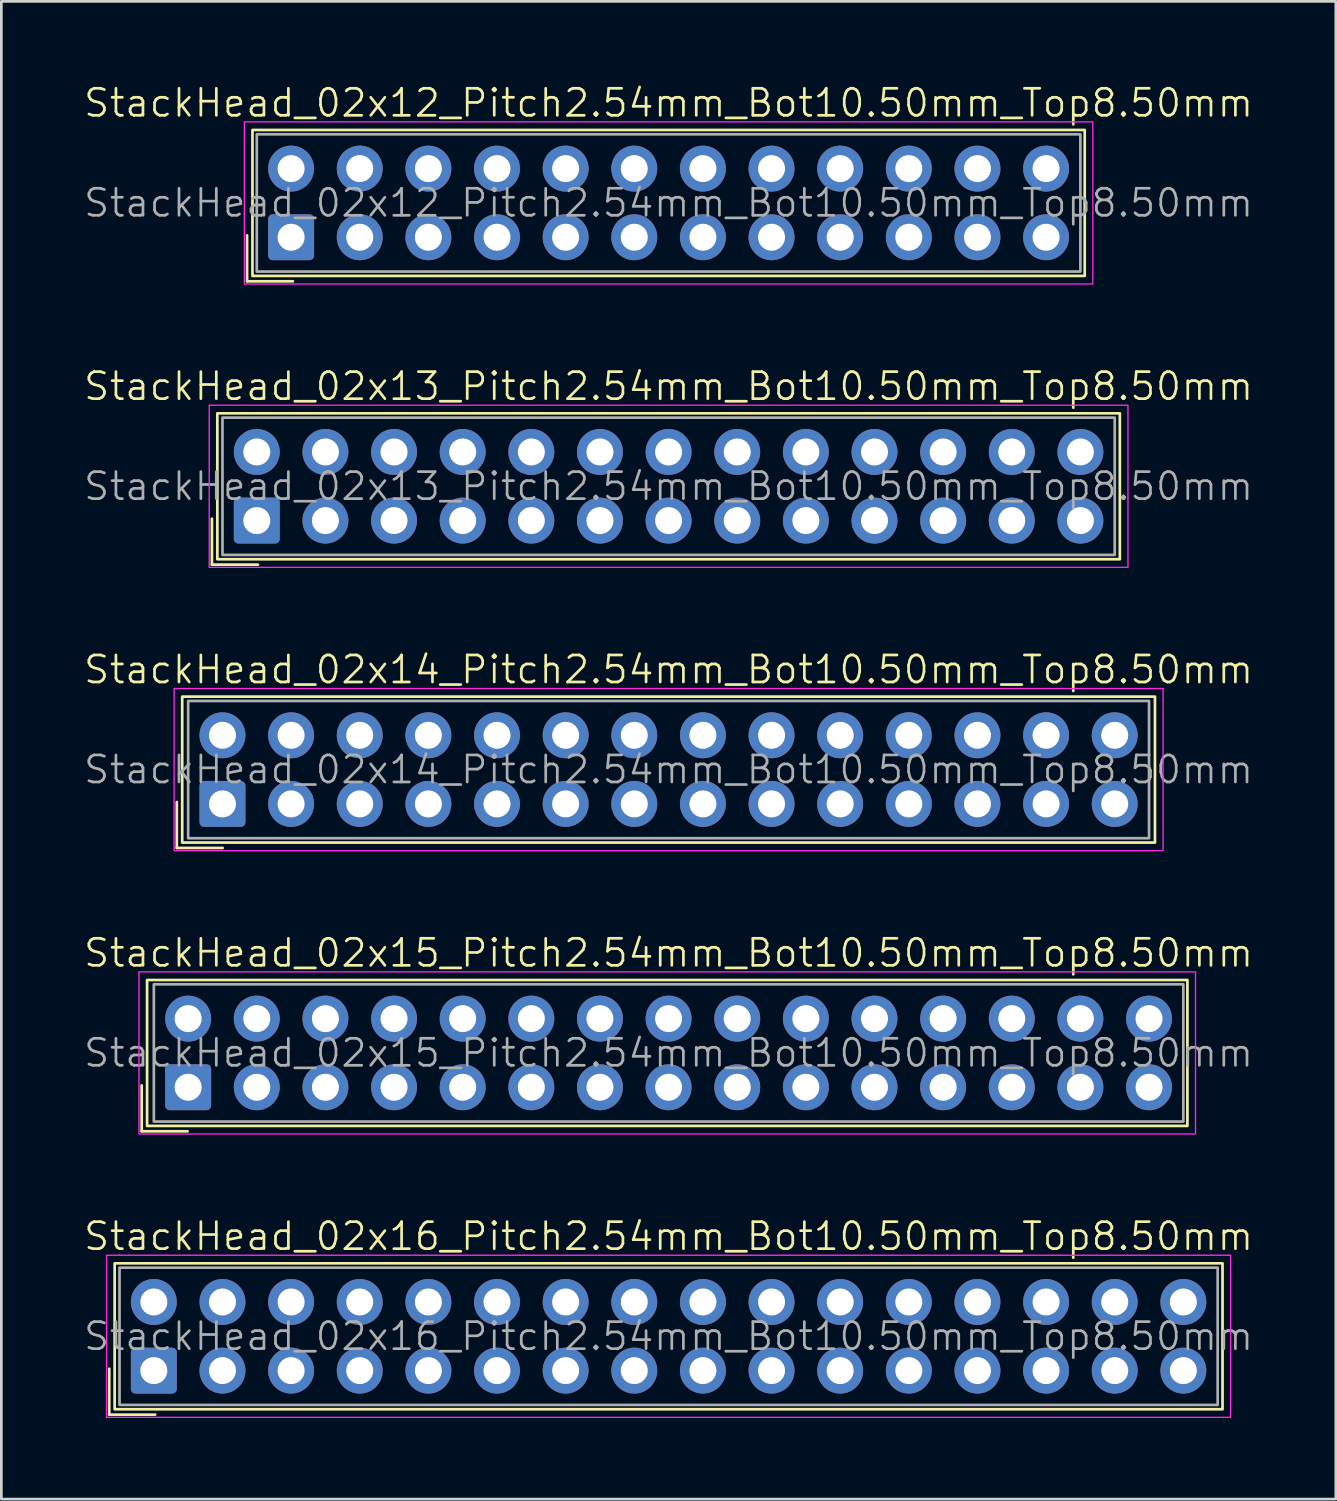
<source format=kicad_pcb>
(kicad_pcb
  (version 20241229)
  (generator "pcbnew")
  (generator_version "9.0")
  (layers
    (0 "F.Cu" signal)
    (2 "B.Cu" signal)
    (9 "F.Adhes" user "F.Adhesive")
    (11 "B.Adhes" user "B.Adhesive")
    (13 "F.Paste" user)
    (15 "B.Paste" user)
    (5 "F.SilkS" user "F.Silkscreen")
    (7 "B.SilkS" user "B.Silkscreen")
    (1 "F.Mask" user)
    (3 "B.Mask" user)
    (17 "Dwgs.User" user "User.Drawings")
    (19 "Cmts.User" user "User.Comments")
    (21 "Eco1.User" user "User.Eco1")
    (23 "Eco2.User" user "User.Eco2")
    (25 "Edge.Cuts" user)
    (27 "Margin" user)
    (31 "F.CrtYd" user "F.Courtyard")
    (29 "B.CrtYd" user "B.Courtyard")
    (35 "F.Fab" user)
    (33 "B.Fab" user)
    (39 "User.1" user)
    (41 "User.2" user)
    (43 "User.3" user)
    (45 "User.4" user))
  (footprint "StackHead_02x13_Pitch2.54mm_Bot10.50mm_Top8.50mm"
    (layer "F.Cu")
    (at 21.693 14.946)
    (property "Reference" "StackHead_02x13_Pitch2.54mm_Bot10.50mm_Top8.50mm" (at 0 -3.7 0) (unlocked yes) (layer "F.SilkS") (effects (font (size 1 1) (thickness 0.1))))
    (attr through_hole)
    (fp_line (start -16.9 1.2) (end -16.9 2.9) (stroke (width 0.1) (type default)) (layer "F.SilkS"))
    (fp_line (start -16.9 2.9) (end -15.2 2.9) (stroke (width 0.1) (type default)) (layer "F.SilkS"))
    (fp_rect (start -16.7 -2.7) (end 16.7 2.7) (stroke (width 0.1) (type default)) (fill no) (layer "F.SilkS"))
    (fp_rect (start -17 -3) (end 17 3) (stroke (width 0.05) (type default)) (fill no) (layer "F.CrtYd"))
    (fp_rect (start -16.51 -2.54) (end 16.51 2.54) (stroke (width 0.1) (type default)) (fill no) (layer "F.Fab"))
    (fp_text user "${REFERENCE}" (at 0 0 0) (unlocked yes) (layer "F.Fab") (effects (font (size 1 1) (thickness 0.1))))
    (pad "1" thru_hole roundrect (at -15.24 1.27) (size 1.7 1.7) (drill 1) (layers "*.Cu" "*.Mask") (roundrect_rratio 0.1))
    (pad "2" thru_hole circle (at -15.24 -1.27) (size 1.7 1.7) (drill 1) (layers "*.Cu" "*.Mask"))
    (pad "3" thru_hole circle (at -12.7 1.27) (size 1.7 1.7) (drill 1) (layers "*.Cu" "*.Mask"))
    (pad "4" thru_hole circle (at -12.7 -1.27) (size 1.7 1.7) (drill 1) (layers "*.Cu" "*.Mask"))
    (pad "5" thru_hole circle (at -10.16 1.27) (size 1.7 1.7) (drill 1) (layers "*.Cu" "*.Mask"))
    (pad "6" thru_hole circle (at -10.16 -1.27) (size 1.7 1.7) (drill 1) (layers "*.Cu" "*.Mask"))
    (pad "7" thru_hole circle (at -7.62 1.27) (size 1.7 1.7) (drill 1) (layers "*.Cu" "*.Mask"))
    (pad "8" thru_hole circle (at -7.62 -1.27) (size 1.7 1.7) (drill 1) (layers "*.Cu" "*.Mask"))
    (pad "9" thru_hole circle (at -5.08 1.27) (size 1.7 1.7) (drill 1) (layers "*.Cu" "*.Mask"))
    (pad "10" thru_hole circle (at -5.08 -1.27) (size 1.7 1.7) (drill 1) (layers "*.Cu" "*.Mask"))
    (pad "11" thru_hole circle (at -2.54 1.27) (size 1.7 1.7) (drill 1) (layers "*.Cu" "*.Mask"))
    (pad "12" thru_hole circle (at -2.54 -1.27) (size 1.7 1.7) (drill 1) (layers "*.Cu" "*.Mask"))
    (pad "13" thru_hole circle (at 0 1.27) (size 1.7 1.7) (drill 1) (layers "*.Cu" "*.Mask"))
    (pad "14" thru_hole circle (at 0 -1.27) (size 1.7 1.7) (drill 1) (layers "*.Cu" "*.Mask"))
    (pad "15" thru_hole circle (at 2.54 1.27) (size 1.7 1.7) (drill 1) (layers "*.Cu" "*.Mask"))
    (pad "16" thru_hole circle (at 2.54 -1.27) (size 1.7 1.7) (drill 1) (layers "*.Cu" "*.Mask"))
    (pad "17" thru_hole circle (at 5.08 1.27) (size 1.7 1.7) (drill 1) (layers "*.Cu" "*.Mask"))
    (pad "18" thru_hole circle (at 5.08 -1.27) (size 1.7 1.7) (drill 1) (layers "*.Cu" "*.Mask"))
    (pad "19" thru_hole circle (at 7.62 1.27) (size 1.7 1.7) (drill 1) (layers "*.Cu" "*.Mask"))
    (pad "20" thru_hole circle (at 7.62 -1.27) (size 1.7 1.7) (drill 1) (layers "*.Cu" "*.Mask"))
    (pad "21" thru_hole circle (at 10.16 1.27) (size 1.7 1.7) (drill 1) (layers "*.Cu" "*.Mask"))
    (pad "22" thru_hole circle (at 10.16 -1.27) (size 1.7 1.7) (drill 1) (layers "*.Cu" "*.Mask"))
    (pad "23" thru_hole circle (at 12.7 1.27) (size 1.7 1.7) (drill 1) (layers "*.Cu" "*.Mask"))
    (pad "24" thru_hole circle (at 12.7 -1.27) (size 1.7 1.7) (drill 1) (layers "*.Cu" "*.Mask"))
    (pad "25" thru_hole circle (at 15.24 1.27) (size 1.7 1.7) (drill 1) (layers "*.Cu" "*.Mask"))
    (pad "26" thru_hole circle (at 15.24 -1.27) (size 1.7 1.7) (drill 1) (layers "*.Cu" "*.Mask")))
  (footprint "StackHead_02x12_Pitch2.54mm_Bot10.50mm_Top8.50mm"
    (layer "F.Cu")
    (at 21.693 4.46)
    (property "Reference" "StackHead_02x12_Pitch2.54mm_Bot10.50mm_Top8.50mm" (at 0 -3.7 0) (unlocked yes) (layer "F.SilkS") (effects (font (size 1 1) (thickness 0.1))))
    (attr through_hole)
    (fp_line (start -15.6 1.2) (end -15.6 2.9) (stroke (width 0.1) (type default)) (layer "F.SilkS"))
    (fp_line (start -15.6 2.9) (end -13.9 2.9) (stroke (width 0.1) (type default)) (layer "F.SilkS"))
    (fp_rect (start -15.4 -2.7) (end 15.4 2.7) (stroke (width 0.1) (type default)) (fill no) (layer "F.SilkS"))
    (fp_rect (start -15.7 -3) (end 15.7 3) (stroke (width 0.05) (type default)) (fill no) (layer "F.CrtYd"))
    (fp_rect (start -15.24 -2.54) (end 15.24 2.54) (stroke (width 0.1) (type default)) (fill no) (layer "F.Fab"))
    (fp_text user "${REFERENCE}" (at 0 0 0) (unlocked yes) (layer "F.Fab") (effects (font (size 1 1) (thickness 0.1))))
    (pad "1" thru_hole roundrect (at -13.97 1.27) (size 1.7 1.7) (drill 1) (layers "*.Cu" "*.Mask") (roundrect_rratio 0.1))
    (pad "2" thru_hole circle (at -13.97 -1.27) (size 1.7 1.7) (drill 1) (layers "*.Cu" "*.Mask"))
    (pad "3" thru_hole circle (at -11.43 1.27) (size 1.7 1.7) (drill 1) (layers "*.Cu" "*.Mask"))
    (pad "4" thru_hole circle (at -11.43 -1.27) (size 1.7 1.7) (drill 1) (layers "*.Cu" "*.Mask"))
    (pad "5" thru_hole circle (at -8.89 1.27) (size 1.7 1.7) (drill 1) (layers "*.Cu" "*.Mask"))
    (pad "6" thru_hole circle (at -8.89 -1.27) (size 1.7 1.7) (drill 1) (layers "*.Cu" "*.Mask"))
    (pad "7" thru_hole circle (at -6.35 1.27) (size 1.7 1.7) (drill 1) (layers "*.Cu" "*.Mask"))
    (pad "8" thru_hole circle (at -6.35 -1.27) (size 1.7 1.7) (drill 1) (layers "*.Cu" "*.Mask"))
    (pad "9" thru_hole circle (at -3.81 1.27) (size 1.7 1.7) (drill 1) (layers "*.Cu" "*.Mask"))
    (pad "10" thru_hole circle (at -3.81 -1.27) (size 1.7 1.7) (drill 1) (layers "*.Cu" "*.Mask"))
    (pad "11" thru_hole circle (at -1.27 1.27) (size 1.7 1.7) (drill 1) (layers "*.Cu" "*.Mask"))
    (pad "12" thru_hole circle (at -1.27 -1.27) (size 1.7 1.7) (drill 1) (layers "*.Cu" "*.Mask"))
    (pad "13" thru_hole circle (at 1.27 1.27) (size 1.7 1.7) (drill 1) (layers "*.Cu" "*.Mask"))
    (pad "14" thru_hole circle (at 1.27 -1.27) (size 1.7 1.7) (drill 1) (layers "*.Cu" "*.Mask"))
    (pad "15" thru_hole circle (at 3.81 1.27) (size 1.7 1.7) (drill 1) (layers "*.Cu" "*.Mask"))
    (pad "16" thru_hole circle (at 3.81 -1.27) (size 1.7 1.7) (drill 1) (layers "*.Cu" "*.Mask"))
    (pad "17" thru_hole circle (at 6.35 1.27) (size 1.7 1.7) (drill 1) (layers "*.Cu" "*.Mask"))
    (pad "18" thru_hole circle (at 6.35 -1.27) (size 1.7 1.7) (drill 1) (layers "*.Cu" "*.Mask"))
    (pad "19" thru_hole circle (at 8.89 1.27) (size 1.7 1.7) (drill 1) (layers "*.Cu" "*.Mask"))
    (pad "20" thru_hole circle (at 8.89 -1.27) (size 1.7 1.7) (drill 1) (layers "*.Cu" "*.Mask"))
    (pad "21" thru_hole circle (at 11.43 1.27) (size 1.7 1.7) (drill 1) (layers "*.Cu" "*.Mask"))
    (pad "22" thru_hole circle (at 11.43 -1.27) (size 1.7 1.7) (drill 1) (layers "*.Cu" "*.Mask"))
    (pad "23" thru_hole circle (at 13.97 1.27) (size 1.7 1.7) (drill 1) (layers "*.Cu" "*.Mask"))
    (pad "24" thru_hole circle (at 13.97 -1.27) (size 1.7 1.7) (drill 1) (layers "*.Cu" "*.Mask")))
  (footprint "StackHead_02x15_Pitch2.54mm_Bot10.50mm_Top8.50mm"
    (layer "F.Cu")
    (at 21.693 35.917)
    (property "Reference" "StackHead_02x15_Pitch2.54mm_Bot10.50mm_Top8.50mm" (at 0 -3.7 0) (unlocked yes) (layer "F.SilkS") (effects (font (size 1 1) (thickness 0.1))))
    (attr through_hole)
    (fp_line (start -19.5 1.2) (end -19.5 2.9) (stroke (width 0.1) (type default)) (layer "F.SilkS"))
    (fp_line (start -19.5 2.9) (end -17.8 2.9) (stroke (width 0.1) (type default)) (layer "F.SilkS"))
    (fp_rect (start -19.3 -2.7) (end 19.2 2.7) (stroke (width 0.1) (type default)) (fill no) (layer "F.SilkS"))
    (fp_rect (start -19.6 -3) (end 19.5 3) (stroke (width 0.05) (type default)) (fill no) (layer "F.CrtYd"))
    (fp_rect (start -19.05 -2.54) (end 19.05 2.54) (stroke (width 0.1) (type default)) (fill no) (layer "F.Fab"))
    (fp_text user "${REFERENCE}" (at 0 0 0) (unlocked yes) (layer "F.Fab") (effects (font (size 1 1) (thickness 0.1))))
    (pad "1" thru_hole roundrect (at -17.78 1.27) (size 1.7 1.7) (drill 1) (layers "*.Cu" "*.Mask") (roundrect_rratio 0.1))
    (pad "2" thru_hole circle (at -17.78 -1.27) (size 1.7 1.7) (drill 1) (layers "*.Cu" "*.Mask"))
    (pad "3" thru_hole circle (at -15.24 1.27) (size 1.7 1.7) (drill 1) (layers "*.Cu" "*.Mask"))
    (pad "4" thru_hole circle (at -15.24 -1.27) (size 1.7 1.7) (drill 1) (layers "*.Cu" "*.Mask"))
    (pad "5" thru_hole circle (at -12.7 1.27) (size 1.7 1.7) (drill 1) (layers "*.Cu" "*.Mask"))
    (pad "6" thru_hole circle (at -12.7 -1.27) (size 1.7 1.7) (drill 1) (layers "*.Cu" "*.Mask"))
    (pad "7" thru_hole circle (at -10.16 1.27) (size 1.7 1.7) (drill 1) (layers "*.Cu" "*.Mask"))
    (pad "8" thru_hole circle (at -10.16 -1.27) (size 1.7 1.7) (drill 1) (layers "*.Cu" "*.Mask"))
    (pad "9" thru_hole circle (at -7.62 1.27) (size 1.7 1.7) (drill 1) (layers "*.Cu" "*.Mask"))
    (pad "10" thru_hole circle (at -7.62 -1.27) (size 1.7 1.7) (drill 1) (layers "*.Cu" "*.Mask"))
    (pad "11" thru_hole circle (at -5.08 1.27) (size 1.7 1.7) (drill 1) (layers "*.Cu" "*.Mask"))
    (pad "12" thru_hole circle (at -5.08 -1.27) (size 1.7 1.7) (drill 1) (layers "*.Cu" "*.Mask"))
    (pad "13" thru_hole circle (at -2.54 1.27) (size 1.7 1.7) (drill 1) (layers "*.Cu" "*.Mask"))
    (pad "14" thru_hole circle (at -2.54 -1.27) (size 1.7 1.7) (drill 1) (layers "*.Cu" "*.Mask"))
    (pad "15" thru_hole circle (at 0 1.27) (size 1.7 1.7) (drill 1) (layers "*.Cu" "*.Mask"))
    (pad "16" thru_hole circle (at 0 -1.27) (size 1.7 1.7) (drill 1) (layers "*.Cu" "*.Mask"))
    (pad "17" thru_hole circle (at 2.54 1.27) (size 1.7 1.7) (drill 1) (layers "*.Cu" "*.Mask"))
    (pad "18" thru_hole circle (at 2.54 -1.27) (size 1.7 1.7) (drill 1) (layers "*.Cu" "*.Mask"))
    (pad "19" thru_hole circle (at 5.08 1.27) (size 1.7 1.7) (drill 1) (layers "*.Cu" "*.Mask"))
    (pad "20" thru_hole circle (at 5.08 -1.27) (size 1.7 1.7) (drill 1) (layers "*.Cu" "*.Mask"))
    (pad "21" thru_hole circle (at 7.62 1.27) (size 1.7 1.7) (drill 1) (layers "*.Cu" "*.Mask"))
    (pad "22" thru_hole circle (at 7.62 -1.27) (size 1.7 1.7) (drill 1) (layers "*.Cu" "*.Mask"))
    (pad "23" thru_hole circle (at 10.16 1.27) (size 1.7 1.7) (drill 1) (layers "*.Cu" "*.Mask"))
    (pad "24" thru_hole circle (at 10.16 -1.27) (size 1.7 1.7) (drill 1) (layers "*.Cu" "*.Mask"))
    (pad "25" thru_hole circle (at 12.7 1.27) (size 1.7 1.7) (drill 1) (layers "*.Cu" "*.Mask"))
    (pad "26" thru_hole circle (at 12.7 -1.27) (size 1.7 1.7) (drill 1) (layers "*.Cu" "*.Mask"))
    (pad "27" thru_hole circle (at 15.24 1.27) (size 1.7 1.7) (drill 1) (layers "*.Cu" "*.Mask"))
    (pad "28" thru_hole circle (at 15.24 -1.27) (size 1.7 1.7) (drill 1) (layers "*.Cu" "*.Mask"))
    (pad "29" thru_hole circle (at 17.78 1.27) (size 1.7 1.7) (drill 1) (layers "*.Cu" "*.Mask"))
    (pad "30" thru_hole circle (at 17.78 -1.27) (size 1.7 1.7) (drill 1) (layers "*.Cu" "*.Mask")))
  (footprint "StackHead_02x16_Pitch2.54mm_Bot10.50mm_Top8.50mm"
    (layer "F.Cu")
    (at 21.693 46.403)
    (property "Reference" "StackHead_02x16_Pitch2.54mm_Bot10.50mm_Top8.50mm" (at 0 -3.7 0) (unlocked yes) (layer "F.SilkS") (effects (font (size 1 1) (thickness 0.1))))
    (attr through_hole)
    (fp_line (start -20.7 1.2) (end -20.7 2.9) (stroke (width 0.1) (type default)) (layer "F.SilkS"))
    (fp_line (start -20.7 2.9) (end -19 2.9) (stroke (width 0.1) (type default)) (layer "F.SilkS"))
    (fp_rect (start -20.5 -2.7) (end 20.5 2.7) (stroke (width 0.1) (type default)) (fill no) (layer "F.SilkS"))
    (fp_rect (start -20.8 -3) (end 20.8 3) (stroke (width 0.05) (type default)) (fill no) (layer "F.CrtYd"))
    (fp_rect (start -20.32 -2.54) (end 20.32 2.54) (stroke (width 0.1) (type default)) (fill no) (layer "F.Fab"))
    (fp_text user "${REFERENCE}" (at 0 0 0) (unlocked yes) (layer "F.Fab") (effects (font (size 1 1) (thickness 0.1))))
    (pad "1" thru_hole roundrect (at -19.05 1.27) (size 1.7 1.7) (drill 1) (layers "*.Cu" "*.Mask") (roundrect_rratio 0.1))
    (pad "2" thru_hole circle (at -19.05 -1.27) (size 1.7 1.7) (drill 1) (layers "*.Cu" "*.Mask"))
    (pad "3" thru_hole circle (at -16.51 1.27) (size 1.7 1.7) (drill 1) (layers "*.Cu" "*.Mask"))
    (pad "4" thru_hole circle (at -16.51 -1.27) (size 1.7 1.7) (drill 1) (layers "*.Cu" "*.Mask"))
    (pad "5" thru_hole circle (at -13.97 1.27) (size 1.7 1.7) (drill 1) (layers "*.Cu" "*.Mask"))
    (pad "6" thru_hole circle (at -13.97 -1.27) (size 1.7 1.7) (drill 1) (layers "*.Cu" "*.Mask"))
    (pad "7" thru_hole circle (at -11.43 1.27) (size 1.7 1.7) (drill 1) (layers "*.Cu" "*.Mask"))
    (pad "8" thru_hole circle (at -11.43 -1.27) (size 1.7 1.7) (drill 1) (layers "*.Cu" "*.Mask"))
    (pad "9" thru_hole circle (at -8.89 1.27) (size 1.7 1.7) (drill 1) (layers "*.Cu" "*.Mask"))
    (pad "10" thru_hole circle (at -8.89 -1.27) (size 1.7 1.7) (drill 1) (layers "*.Cu" "*.Mask"))
    (pad "11" thru_hole circle (at -6.35 1.27) (size 1.7 1.7) (drill 1) (layers "*.Cu" "*.Mask"))
    (pad "12" thru_hole circle (at -6.35 -1.27) (size 1.7 1.7) (drill 1) (layers "*.Cu" "*.Mask"))
    (pad "13" thru_hole circle (at -3.81 1.27) (size 1.7 1.7) (drill 1) (layers "*.Cu" "*.Mask"))
    (pad "14" thru_hole circle (at -3.81 -1.27) (size 1.7 1.7) (drill 1) (layers "*.Cu" "*.Mask"))
    (pad "15" thru_hole circle (at -1.27 1.27) (size 1.7 1.7) (drill 1) (layers "*.Cu" "*.Mask"))
    (pad "16" thru_hole circle (at -1.27 -1.27) (size 1.7 1.7) (drill 1) (layers "*.Cu" "*.Mask"))
    (pad "17" thru_hole circle (at 1.27 1.27) (size 1.7 1.7) (drill 1) (layers "*.Cu" "*.Mask"))
    (pad "18" thru_hole circle (at 1.27 -1.27) (size 1.7 1.7) (drill 1) (layers "*.Cu" "*.Mask"))
    (pad "19" thru_hole circle (at 3.81 1.27) (size 1.7 1.7) (drill 1) (layers "*.Cu" "*.Mask"))
    (pad "20" thru_hole circle (at 3.81 -1.27) (size 1.7 1.7) (drill 1) (layers "*.Cu" "*.Mask"))
    (pad "21" thru_hole circle (at 6.35 1.27) (size 1.7 1.7) (drill 1) (layers "*.Cu" "*.Mask"))
    (pad "22" thru_hole circle (at 6.35 -1.27) (size 1.7 1.7) (drill 1) (layers "*.Cu" "*.Mask"))
    (pad "23" thru_hole circle (at 8.89 1.27) (size 1.7 1.7) (drill 1) (layers "*.Cu" "*.Mask"))
    (pad "24" thru_hole circle (at 8.89 -1.27) (size 1.7 1.7) (drill 1) (layers "*.Cu" "*.Mask"))
    (pad "25" thru_hole circle (at 11.43 1.27) (size 1.7 1.7) (drill 1) (layers "*.Cu" "*.Mask"))
    (pad "26" thru_hole circle (at 11.43 -1.27) (size 1.7 1.7) (drill 1) (layers "*.Cu" "*.Mask"))
    (pad "27" thru_hole circle (at 13.97 1.27) (size 1.7 1.7) (drill 1) (layers "*.Cu" "*.Mask"))
    (pad "28" thru_hole circle (at 13.97 -1.27) (size 1.7 1.7) (drill 1) (layers "*.Cu" "*.Mask"))
    (pad "29" thru_hole circle (at 16.51 1.27) (size 1.7 1.7) (drill 1) (layers "*.Cu" "*.Mask"))
    (pad "30" thru_hole circle (at 16.51 -1.27) (size 1.7 1.7) (drill 1) (layers "*.Cu" "*.Mask"))
    (pad "31" thru_hole circle (at 19.05 1.27) (size 1.7 1.7) (drill 1) (layers "*.Cu" "*.Mask"))
    (pad "32" thru_hole circle (at 19.05 -1.27) (size 1.7 1.7) (drill 1) (layers "*.Cu" "*.Mask")))
  (footprint "StackHead_02x14_Pitch2.54mm_Bot10.50mm_Top8.50mm"
    (layer "F.Cu")
    (at 21.693 25.431)
    (property "Reference" "StackHead_02x14_Pitch2.54mm_Bot10.50mm_Top8.50mm" (at 0 -3.7 0) (unlocked yes) (layer "F.SilkS") (effects (font (size 1 1) (thickness 0.1))))
    (attr through_hole)
    (fp_line (start -18.2 1.2) (end -18.2 2.9) (stroke (width 0.1) (type default)) (layer "F.SilkS"))
    (fp_line (start -18.2 2.9) (end -16.5 2.9) (stroke (width 0.1) (type default)) (layer "F.SilkS"))
    (fp_rect (start -18 -2.7) (end 18 2.7) (stroke (width 0.1) (type default)) (fill no) (layer "F.SilkS"))
    (fp_rect (start -18.3 -3) (end 18.3 3) (stroke (width 0.05) (type default)) (fill no) (layer "F.CrtYd"))
    (fp_rect (start -17.78 -2.54) (end 17.78 2.54) (stroke (width 0.1) (type default)) (fill no) (layer "F.Fab"))
    (fp_text user "${REFERENCE}" (at 0 0 0) (unlocked yes) (layer "F.Fab") (effects (font (size 1 1) (thickness 0.1))))
    (pad "1" thru_hole roundrect (at -16.51 1.27) (size 1.7 1.7) (drill 1) (layers "*.Cu" "*.Mask") (roundrect_rratio 0.1))
    (pad "2" thru_hole circle (at -16.51 -1.27) (size 1.7 1.7) (drill 1) (layers "*.Cu" "*.Mask"))
    (pad "3" thru_hole circle (at -13.97 1.27) (size 1.7 1.7) (drill 1) (layers "*.Cu" "*.Mask"))
    (pad "4" thru_hole circle (at -13.97 -1.27) (size 1.7 1.7) (drill 1) (layers "*.Cu" "*.Mask"))
    (pad "5" thru_hole circle (at -11.43 1.27) (size 1.7 1.7) (drill 1) (layers "*.Cu" "*.Mask"))
    (pad "6" thru_hole circle (at -11.43 -1.27) (size 1.7 1.7) (drill 1) (layers "*.Cu" "*.Mask"))
    (pad "7" thru_hole circle (at -8.89 1.27) (size 1.7 1.7) (drill 1) (layers "*.Cu" "*.Mask"))
    (pad "8" thru_hole circle (at -8.89 -1.27) (size 1.7 1.7) (drill 1) (layers "*.Cu" "*.Mask"))
    (pad "9" thru_hole circle (at -6.35 1.27) (size 1.7 1.7) (drill 1) (layers "*.Cu" "*.Mask"))
    (pad "10" thru_hole circle (at -6.35 -1.27) (size 1.7 1.7) (drill 1) (layers "*.Cu" "*.Mask"))
    (pad "11" thru_hole circle (at -3.81 1.27) (size 1.7 1.7) (drill 1) (layers "*.Cu" "*.Mask"))
    (pad "12" thru_hole circle (at -3.81 -1.27) (size 1.7 1.7) (drill 1) (layers "*.Cu" "*.Mask"))
    (pad "13" thru_hole circle (at -1.27 1.27) (size 1.7 1.7) (drill 1) (layers "*.Cu" "*.Mask"))
    (pad "14" thru_hole circle (at -1.27 -1.27) (size 1.7 1.7) (drill 1) (layers "*.Cu" "*.Mask"))
    (pad "15" thru_hole circle (at 1.27 1.27) (size 1.7 1.7) (drill 1) (layers "*.Cu" "*.Mask"))
    (pad "16" thru_hole circle (at 1.27 -1.27) (size 1.7 1.7) (drill 1) (layers "*.Cu" "*.Mask"))
    (pad "17" thru_hole circle (at 3.81 1.27) (size 1.7 1.7) (drill 1) (layers "*.Cu" "*.Mask"))
    (pad "18" thru_hole circle (at 3.81 -1.27) (size 1.7 1.7) (drill 1) (layers "*.Cu" "*.Mask"))
    (pad "19" thru_hole circle (at 6.35 1.27) (size 1.7 1.7) (drill 1) (layers "*.Cu" "*.Mask"))
    (pad "20" thru_hole circle (at 6.35 -1.27) (size 1.7 1.7) (drill 1) (layers "*.Cu" "*.Mask"))
    (pad "21" thru_hole circle (at 8.89 1.27) (size 1.7 1.7) (drill 1) (layers "*.Cu" "*.Mask"))
    (pad "22" thru_hole circle (at 8.89 -1.27) (size 1.7 1.7) (drill 1) (layers "*.Cu" "*.Mask"))
    (pad "23" thru_hole circle (at 11.43 1.27) (size 1.7 1.7) (drill 1) (layers "*.Cu" "*.Mask"))
    (pad "24" thru_hole circle (at 11.43 -1.27) (size 1.7 1.7) (drill 1) (layers "*.Cu" "*.Mask"))
    (pad "25" thru_hole circle (at 13.97 1.27) (size 1.7 1.7) (drill 1) (layers "*.Cu" "*.Mask"))
    (pad "26" thru_hole circle (at 13.97 -1.27) (size 1.7 1.7) (drill 1) (layers "*.Cu" "*.Mask"))
    (pad "27" thru_hole circle (at 16.51 1.27) (size 1.7 1.7) (drill 1) (layers "*.Cu" "*.Mask"))
    (pad "28" thru_hole circle (at 16.51 -1.27) (size 1.7 1.7) (drill 1) (layers "*.Cu" "*.Mask")))
  (gr_rect
    (start -3 -3)
    (end 46.386 52.428)
    (stroke (width 0.1) (type default))
    (fill no)
    (layer "Edge.Cuts")))
</source>
